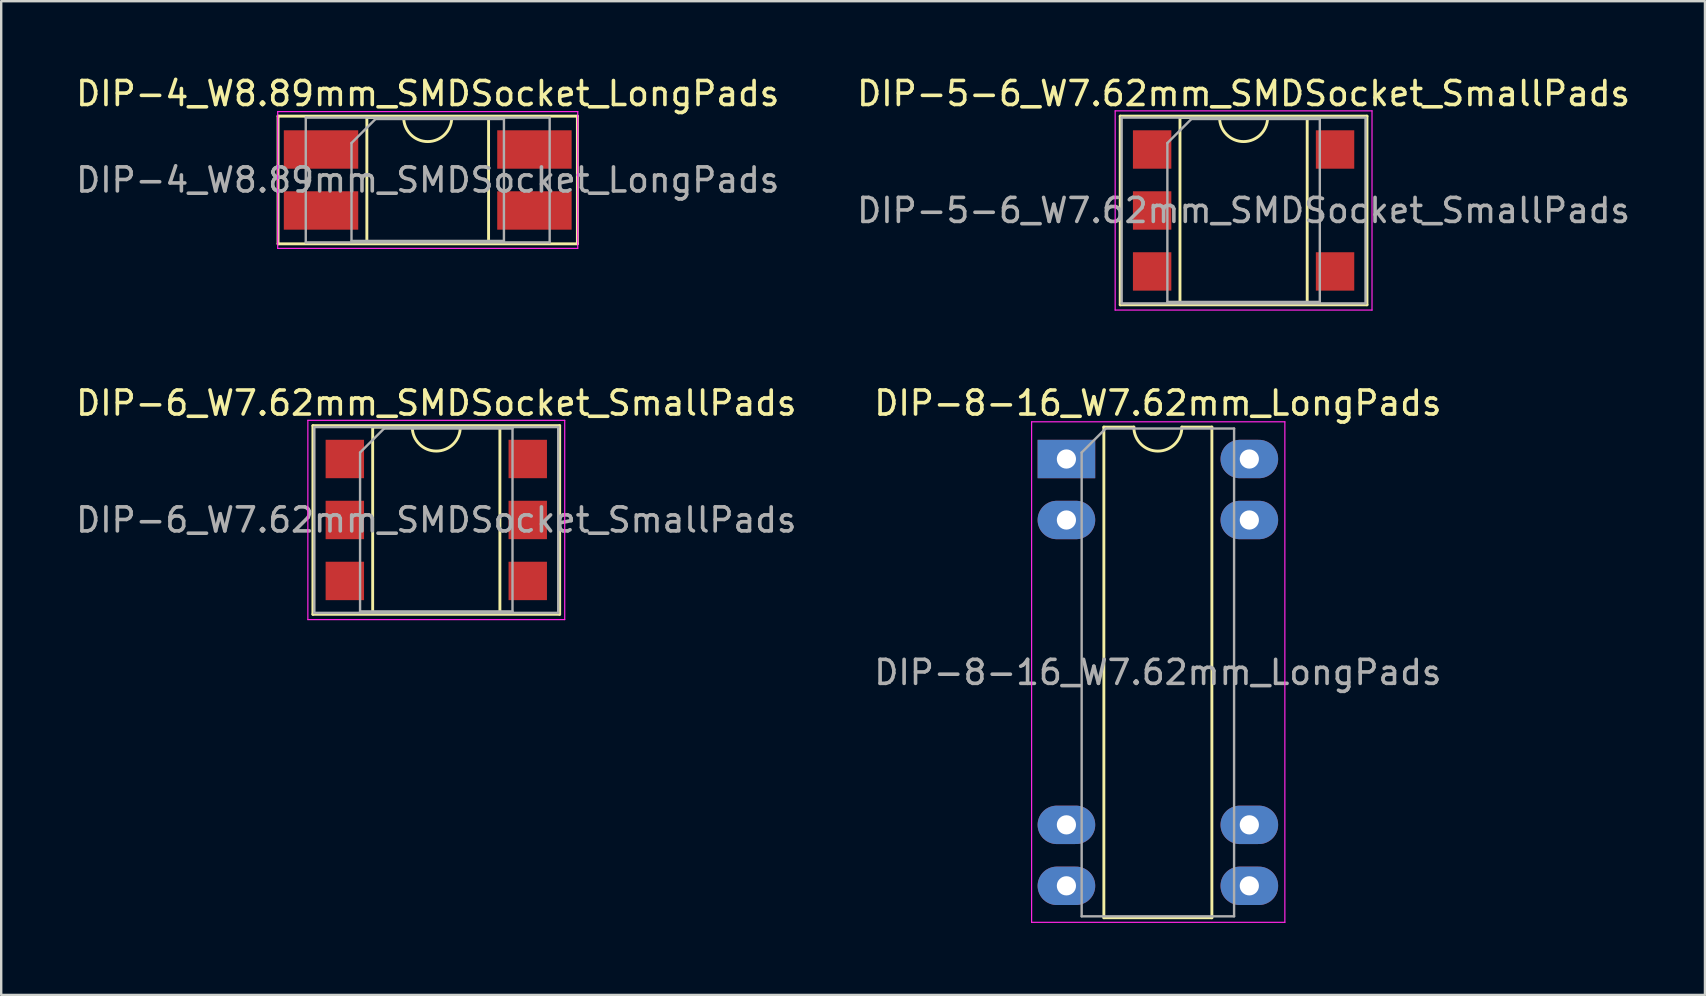
<source format=kicad_pcb>
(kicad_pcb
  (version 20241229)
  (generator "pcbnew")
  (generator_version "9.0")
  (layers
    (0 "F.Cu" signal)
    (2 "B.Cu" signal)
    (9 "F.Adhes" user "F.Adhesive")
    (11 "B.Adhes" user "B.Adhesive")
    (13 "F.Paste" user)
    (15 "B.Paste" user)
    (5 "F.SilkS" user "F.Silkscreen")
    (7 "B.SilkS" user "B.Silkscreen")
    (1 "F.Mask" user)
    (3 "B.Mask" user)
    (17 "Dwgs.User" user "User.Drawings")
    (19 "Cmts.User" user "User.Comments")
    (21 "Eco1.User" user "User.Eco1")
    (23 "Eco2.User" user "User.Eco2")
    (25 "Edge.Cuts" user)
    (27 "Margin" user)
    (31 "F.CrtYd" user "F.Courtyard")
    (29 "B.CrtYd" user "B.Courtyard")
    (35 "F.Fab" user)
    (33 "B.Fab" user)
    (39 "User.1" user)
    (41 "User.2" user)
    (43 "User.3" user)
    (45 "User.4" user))
  (footprint "DIP-4_W8.89mm_SMDSocket_LongPads"
    (layer "F.Cu")
    (at 14.768 4.448)
    (property "Reference" "DIP-4_W8.89mm_SMDSocket_LongPads" (at 0 -3.6 0) (layer "F.SilkS") (effects (font (size 1 1) (thickness 0.15))))
    (attr smd)
    (fp_line (start -6.235 -2.66) (end -6.235 2.66) (stroke (width 0.12) (type solid)) (layer "F.SilkS"))
    (fp_line (start -6.235 2.66) (end 6.235 2.66) (stroke (width 0.12) (type solid)) (layer "F.SilkS"))
    (fp_line (start -2.535 -2.6) (end -2.535 2.6) (stroke (width 0.12) (type solid)) (layer "F.SilkS"))
    (fp_line (start -2.535 2.6) (end 2.535 2.6) (stroke (width 0.12) (type solid)) (layer "F.SilkS"))
    (fp_line (start -1 -2.6) (end -2.535 -2.6) (stroke (width 0.12) (type solid)) (layer "F.SilkS"))
    (fp_line (start 2.535 -2.6) (end 1 -2.6) (stroke (width 0.12) (type solid)) (layer "F.SilkS"))
    (fp_line (start 2.535 2.6) (end 2.535 -2.6) (stroke (width 0.12) (type solid)) (layer "F.SilkS"))
    (fp_line (start 6.235 -2.66) (end -6.235 -2.66) (stroke (width 0.12) (type solid)) (layer "F.SilkS"))
    (fp_line (start 6.235 2.66) (end 6.235 -2.66) (stroke (width 0.12) (type solid)) (layer "F.SilkS"))
    (fp_arc (start 1 -2.6) (mid 0 -1.6) (end -1 -2.6) (stroke (width 0.12) (type solid)) (layer "F.SilkS"))
    (fp_line (start -6.25 -2.85) (end -6.25 2.85) (stroke (width 0.05) (type solid)) (layer "F.CrtYd"))
    (fp_line (start -6.25 2.85) (end 6.25 2.85) (stroke (width 0.05) (type solid)) (layer "F.CrtYd"))
    (fp_line (start 6.25 -2.85) (end -6.25 -2.85) (stroke (width 0.05) (type solid)) (layer "F.CrtYd"))
    (fp_line (start 6.25 2.85) (end 6.25 -2.85) (stroke (width 0.05) (type solid)) (layer "F.CrtYd"))
    (fp_line (start -5.08 -2.6) (end -5.08 2.6) (stroke (width 0.1) (type solid)) (layer "F.Fab"))
    (fp_line (start -5.08 2.6) (end 5.08 2.6) (stroke (width 0.1) (type solid)) (layer "F.Fab"))
    (fp_line (start -3.175 -1.54) (end -2.175 -2.54) (stroke (width 0.1) (type solid)) (layer "F.Fab"))
    (fp_line (start -3.175 2.54) (end -3.175 -1.54) (stroke (width 0.1) (type solid)) (layer "F.Fab"))
    (fp_line (start -2.175 -2.54) (end 3.175 -2.54) (stroke (width 0.1) (type solid)) (layer "F.Fab"))
    (fp_line (start 3.175 -2.54) (end 3.175 2.54) (stroke (width 0.1) (type solid)) (layer "F.Fab"))
    (fp_line (start 3.175 2.54) (end -3.175 2.54) (stroke (width 0.1) (type solid)) (layer "F.Fab"))
    (fp_line (start 5.08 -2.6) (end -5.08 -2.6) (stroke (width 0.1) (type solid)) (layer "F.Fab"))
    (fp_line (start 5.08 2.6) (end 5.08 -2.6) (stroke (width 0.1) (type solid)) (layer "F.Fab"))
    (fp_text user "${REFERENCE}" (at 0 0 0) (layer "F.Fab") (effects (font (size 1 1) (thickness 0.15))))
    (pad "1" smd rect (at -4.445 -1.27) (size 3.1 1.6) (layers "F.Cu" "F.Mask" "F.Paste"))
    (pad "2" smd rect (at -4.445 1.27) (size 3.1 1.6) (layers "F.Cu" "F.Mask" "F.Paste"))
    (pad "3" smd rect (at 4.445 1.27) (size 3.1 1.6) (layers "F.Cu" "F.Mask" "F.Paste"))
    (pad "4" smd rect (at 4.445 -1.27) (size 3.1 1.6) (layers "F.Cu" "F.Mask" "F.Paste")))
  (footprint "DIP-6_W7.62mm_SMDSocket_SmallPads"
    (layer "F.Cu")
    (at 15.125 18.611)
    (property "Reference" "DIP-6_W7.62mm_SMDSocket_SmallPads" (at 0 -4.87 0) (layer "F.SilkS") (effects (font (size 1 1) (thickness 0.15))))
    (attr smd)
    (fp_line (start -5.14 -3.93) (end -5.14 3.93) (stroke (width 0.12) (type solid)) (layer "F.SilkS"))
    (fp_line (start -5.14 3.93) (end 5.14 3.93) (stroke (width 0.12) (type solid)) (layer "F.SilkS"))
    (fp_line (start -2.65 -3.87) (end -2.65 3.87) (stroke (width 0.12) (type solid)) (layer "F.SilkS"))
    (fp_line (start -2.65 3.87) (end 2.65 3.87) (stroke (width 0.12) (type solid)) (layer "F.SilkS"))
    (fp_line (start -1 -3.87) (end -2.65 -3.87) (stroke (width 0.12) (type solid)) (layer "F.SilkS"))
    (fp_line (start 2.65 -3.87) (end 1 -3.87) (stroke (width 0.12) (type solid)) (layer "F.SilkS"))
    (fp_line (start 2.65 3.87) (end 2.65 -3.87) (stroke (width 0.12) (type solid)) (layer "F.SilkS"))
    (fp_line (start 5.14 -3.93) (end -5.14 -3.93) (stroke (width 0.12) (type solid)) (layer "F.SilkS"))
    (fp_line (start 5.14 3.93) (end 5.14 -3.93) (stroke (width 0.12) (type solid)) (layer "F.SilkS"))
    (fp_arc (start 1 -3.87) (mid 0 -2.87) (end -1 -3.87) (stroke (width 0.12) (type solid)) (layer "F.SilkS"))
    (fp_line (start -5.35 -4.15) (end -5.35 4.15) (stroke (width 0.05) (type solid)) (layer "F.CrtYd"))
    (fp_line (start -5.35 4.15) (end 5.35 4.15) (stroke (width 0.05) (type solid)) (layer "F.CrtYd"))
    (fp_line (start 5.35 -4.15) (end -5.35 -4.15) (stroke (width 0.05) (type solid)) (layer "F.CrtYd"))
    (fp_line (start 5.35 4.15) (end 5.35 -4.15) (stroke (width 0.05) (type solid)) (layer "F.CrtYd"))
    (fp_line (start -5.08 -3.87) (end -5.08 3.87) (stroke (width 0.1) (type solid)) (layer "F.Fab"))
    (fp_line (start -5.08 3.87) (end 5.08 3.87) (stroke (width 0.1) (type solid)) (layer "F.Fab"))
    (fp_line (start -3.175 -2.81) (end -2.175 -3.81) (stroke (width 0.1) (type solid)) (layer "F.Fab"))
    (fp_line (start -3.175 3.81) (end -3.175 -2.81) (stroke (width 0.1) (type solid)) (layer "F.Fab"))
    (fp_line (start -2.175 -3.81) (end 3.175 -3.81) (stroke (width 0.1) (type solid)) (layer "F.Fab"))
    (fp_line (start 3.175 -3.81) (end 3.175 3.81) (stroke (width 0.1) (type solid)) (layer "F.Fab"))
    (fp_line (start 3.175 3.81) (end -3.175 3.81) (stroke (width 0.1) (type solid)) (layer "F.Fab"))
    (fp_line (start 5.08 -3.87) (end -5.08 -3.87) (stroke (width 0.1) (type solid)) (layer "F.Fab"))
    (fp_line (start 5.08 3.87) (end 5.08 -3.87) (stroke (width 0.1) (type solid)) (layer "F.Fab"))
    (fp_text user "${REFERENCE}" (at 0 0 0) (layer "F.Fab") (effects (font (size 1 1) (thickness 0.15))))
    (pad "1" smd rect (at -3.81 -2.54) (size 1.6 1.6) (layers "F.Cu" "F.Mask" "F.Paste"))
    (pad "2" smd rect (at -3.81 0) (size 1.6 1.6) (layers "F.Cu" "F.Mask" "F.Paste"))
    (pad "3" smd rect (at -3.81 2.54) (size 1.6 1.6) (layers "F.Cu" "F.Mask" "F.Paste"))
    (pad "4" smd rect (at 3.81 2.54) (size 1.6 1.6) (layers "F.Cu" "F.Mask" "F.Paste"))
    (pad "5" smd rect (at 3.81 0) (size 1.6 1.6) (layers "F.Cu" "F.Mask" "F.Paste"))
    (pad "6" smd rect (at 3.81 -2.54) (size 1.6 1.6) (layers "F.Cu" "F.Mask" "F.Paste")))
  (footprint "DIP-8-16_W7.62mm_LongPads"
    (layer "F.Cu")
    (at 41.375 16.072)
    (property "Reference" "DIP-8-16_W7.62mm_LongPads" (at 3.81 -2.33 0) (layer "F.SilkS") (effects (font (size 1 1) (thickness 0.15))))
    (attr through_hole)
    (fp_line (start 1.56 -1.33) (end 1.56 19.11) (stroke (width 0.12) (type solid)) (layer "F.SilkS"))
    (fp_line (start 1.56 19.11) (end 6.06 19.11) (stroke (width 0.12) (type solid)) (layer "F.SilkS"))
    (fp_line (start 2.81 -1.33) (end 1.56 -1.33) (stroke (width 0.12) (type solid)) (layer "F.SilkS"))
    (fp_line (start 6.06 -1.33) (end 4.81 -1.33) (stroke (width 0.12) (type solid)) (layer "F.SilkS"))
    (fp_line (start 6.06 19.11) (end 6.06 -1.33) (stroke (width 0.12) (type solid)) (layer "F.SilkS"))
    (fp_arc (start 4.81 -1.33) (mid 3.81 -0.33) (end 2.81 -1.33) (stroke (width 0.12) (type solid)) (layer "F.SilkS"))
    (fp_line (start -1.45 -1.55) (end -1.45 19.3) (stroke (width 0.05) (type solid)) (layer "F.CrtYd"))
    (fp_line (start -1.45 19.3) (end 9.1 19.3) (stroke (width 0.05) (type solid)) (layer "F.CrtYd"))
    (fp_line (start 9.1 -1.55) (end -1.45 -1.55) (stroke (width 0.05) (type solid)) (layer "F.CrtYd"))
    (fp_line (start 9.1 19.3) (end 9.1 -1.55) (stroke (width 0.05) (type solid)) (layer "F.CrtYd"))
    (fp_line (start 0.635 -0.27) (end 1.635 -1.27) (stroke (width 0.1) (type solid)) (layer "F.Fab"))
    (fp_line (start 0.635 19.05) (end 0.635 -0.27) (stroke (width 0.1) (type solid)) (layer "F.Fab"))
    (fp_line (start 1.635 -1.27) (end 6.985 -1.27) (stroke (width 0.1) (type solid)) (layer "F.Fab"))
    (fp_line (start 6.985 -1.27) (end 6.985 19.05) (stroke (width 0.1) (type solid)) (layer "F.Fab"))
    (fp_line (start 6.985 19.05) (end 0.635 19.05) (stroke (width 0.1) (type solid)) (layer "F.Fab"))
    (fp_text user "${REFERENCE}" (at 3.81 8.89 0) (layer "F.Fab") (effects (font (size 1 1) (thickness 0.15))))
    (pad "1" thru_hole rect (at 0 0) (size 2.4 1.6) (drill 0.8) (layers "*.Cu" "*.Mask"))
    (pad "2" thru_hole oval (at 0 2.54) (size 2.4 1.6) (drill 0.8) (layers "*.Cu" "*.Mask"))
    (pad "3" thru_hole oval (at 0 15.24) (size 2.4 1.6) (drill 0.8) (layers "*.Cu" "*.Mask"))
    (pad "4" thru_hole oval (at 0 17.78) (size 2.4 1.6) (drill 0.8) (layers "*.Cu" "*.Mask"))
    (pad "5" thru_hole oval (at 7.62 17.78) (size 2.4 1.6) (drill 0.8) (layers "*.Cu" "*.Mask"))
    (pad "6" thru_hole oval (at 7.62 15.24) (size 2.4 1.6) (drill 0.8) (layers "*.Cu" "*.Mask"))
    (pad "7" thru_hole oval (at 7.62 2.54) (size 2.4 1.6) (drill 0.8) (layers "*.Cu" "*.Mask"))
    (pad "8" thru_hole oval (at 7.62 0) (size 2.4 1.6) (drill 0.8) (layers "*.Cu" "*.Mask")))
  (footprint "DIP-5-6_W7.62mm_SMDSocket_SmallPads"
    (layer "F.Cu")
    (at 48.756 5.718)
    (property "Reference" "DIP-5-6_W7.62mm_SMDSocket_SmallPads" (at 0 -4.87 0) (layer "F.SilkS") (effects (font (size 1 1) (thickness 0.15))))
    (attr smd)
    (fp_line (start -5.14 -3.93) (end -5.14 3.93) (stroke (width 0.12) (type solid)) (layer "F.SilkS"))
    (fp_line (start -5.14 3.93) (end 5.14 3.93) (stroke (width 0.12) (type solid)) (layer "F.SilkS"))
    (fp_line (start -2.65 -3.87) (end -2.65 3.87) (stroke (width 0.12) (type solid)) (layer "F.SilkS"))
    (fp_line (start -2.65 3.87) (end 2.65 3.87) (stroke (width 0.12) (type solid)) (layer "F.SilkS"))
    (fp_line (start -1 -3.87) (end -2.65 -3.87) (stroke (width 0.12) (type solid)) (layer "F.SilkS"))
    (fp_line (start 2.65 -3.87) (end 1 -3.87) (stroke (width 0.12) (type solid)) (layer "F.SilkS"))
    (fp_line (start 2.65 3.87) (end 2.65 -3.87) (stroke (width 0.12) (type solid)) (layer "F.SilkS"))
    (fp_line (start 5.14 -3.93) (end -5.14 -3.93) (stroke (width 0.12) (type solid)) (layer "F.SilkS"))
    (fp_line (start 5.14 3.93) (end 5.14 -3.93) (stroke (width 0.12) (type solid)) (layer "F.SilkS"))
    (fp_arc (start 1 -3.87) (mid 0 -2.87) (end -1 -3.87) (stroke (width 0.12) (type solid)) (layer "F.SilkS"))
    (fp_line (start -5.35 -4.15) (end -5.35 4.15) (stroke (width 0.05) (type solid)) (layer "F.CrtYd"))
    (fp_line (start -5.35 4.15) (end 5.35 4.15) (stroke (width 0.05) (type solid)) (layer "F.CrtYd"))
    (fp_line (start 5.35 -4.15) (end -5.35 -4.15) (stroke (width 0.05) (type solid)) (layer "F.CrtYd"))
    (fp_line (start 5.35 4.15) (end 5.35 -4.15) (stroke (width 0.05) (type solid)) (layer "F.CrtYd"))
    (fp_line (start -5.08 -3.87) (end -5.08 3.87) (stroke (width 0.1) (type solid)) (layer "F.Fab"))
    (fp_line (start -5.08 3.87) (end 5.08 3.87) (stroke (width 0.1) (type solid)) (layer "F.Fab"))
    (fp_line (start -3.175 -2.81) (end -2.175 -3.81) (stroke (width 0.1) (type solid)) (layer "F.Fab"))
    (fp_line (start -3.175 3.81) (end -3.175 -2.81) (stroke (width 0.1) (type solid)) (layer "F.Fab"))
    (fp_line (start -2.175 -3.81) (end 3.175 -3.81) (stroke (width 0.1) (type solid)) (layer "F.Fab"))
    (fp_line (start 3.175 -3.81) (end 3.175 3.81) (stroke (width 0.1) (type solid)) (layer "F.Fab"))
    (fp_line (start 3.175 3.81) (end -3.175 3.81) (stroke (width 0.1) (type solid)) (layer "F.Fab"))
    (fp_line (start 5.08 -3.87) (end -5.08 -3.87) (stroke (width 0.1) (type solid)) (layer "F.Fab"))
    (fp_line (start 5.08 3.87) (end 5.08 -3.87) (stroke (width 0.1) (type solid)) (layer "F.Fab"))
    (fp_text user "${REFERENCE}" (at 0 0 0) (layer "F.Fab") (effects (font (size 1 1) (thickness 0.15))))
    (pad "1" smd rect (at -3.81 -2.54) (size 1.6 1.6) (layers "F.Cu" "F.Mask" "F.Paste"))
    (pad "2" smd rect (at -3.81 0) (size 1.6 1.6) (layers "F.Cu" "F.Mask" "F.Paste"))
    (pad "3" smd rect (at -3.81 2.54) (size 1.6 1.6) (layers "F.Cu" "F.Mask" "F.Paste"))
    (pad "4" smd rect (at 3.81 2.54) (size 1.6 1.6) (layers "F.Cu" "F.Mask" "F.Paste"))
    (pad "6" smd rect (at 3.81 -2.54) (size 1.6 1.6) (layers "F.Cu" "F.Mask" "F.Paste")))
  (gr_rect
    (start -3 -3)
    (end 67.976 38.397)
    (stroke (width 0.1) (type default))
    (fill no)
    (layer "Edge.Cuts")))
</source>
